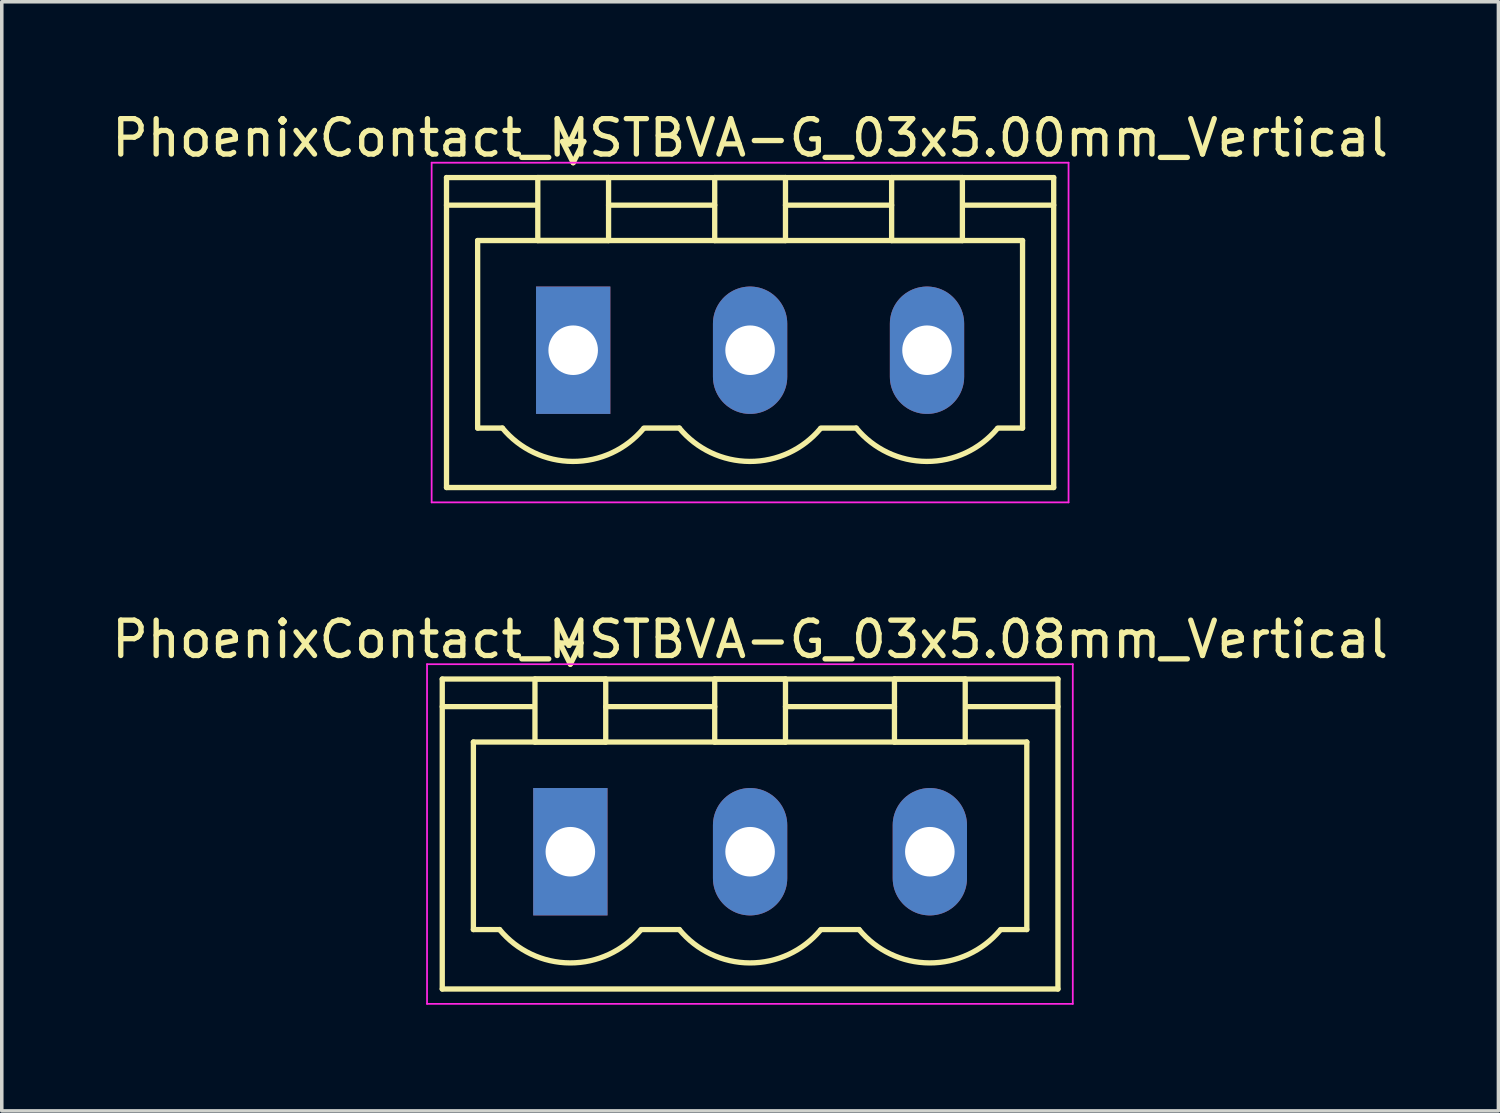
<source format=kicad_pcb>
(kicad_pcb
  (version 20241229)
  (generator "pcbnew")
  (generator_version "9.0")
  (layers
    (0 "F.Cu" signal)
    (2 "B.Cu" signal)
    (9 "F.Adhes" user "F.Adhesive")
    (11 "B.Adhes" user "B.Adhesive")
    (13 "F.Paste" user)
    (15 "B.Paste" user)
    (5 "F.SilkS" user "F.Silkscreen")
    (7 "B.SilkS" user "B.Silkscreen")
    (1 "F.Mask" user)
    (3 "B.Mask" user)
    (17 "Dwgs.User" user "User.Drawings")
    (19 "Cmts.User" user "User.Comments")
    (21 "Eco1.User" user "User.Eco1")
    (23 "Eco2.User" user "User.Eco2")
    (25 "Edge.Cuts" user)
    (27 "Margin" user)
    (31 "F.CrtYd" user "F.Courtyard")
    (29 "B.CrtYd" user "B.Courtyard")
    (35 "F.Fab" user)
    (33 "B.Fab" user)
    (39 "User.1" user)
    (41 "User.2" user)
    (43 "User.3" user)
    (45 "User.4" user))
  (footprint "PhoenixContact_MSTBVA-G_03x5.08mm_Vertical"
    (layer "F.Cu")
    (at 13.069 21.021)
    (property "Reference" "PhoenixContact_MSTBVA-G_03x5.08mm_Vertical" (at 5.08 -6 0) (layer "F.SilkS") (effects (font (size 1 1) (thickness 0.15))))
    (attr through_hole)
    (fp_line (start -3.62 -4.88) (end -3.62 3.88) (stroke (width 0.15) (type solid)) (layer "F.SilkS"))
    (fp_line (start -3.62 -4.1) (end -1.08 -4.1) (stroke (width 0.15) (type solid)) (layer "F.SilkS"))
    (fp_line (start -3.62 3.88) (end 13.78 3.88) (stroke (width 0.15) (type solid)) (layer "F.SilkS"))
    (fp_line (start -2.74 -3.1) (end 12.9 -3.1) (stroke (width 0.15) (type solid)) (layer "F.SilkS"))
    (fp_line (start -2.74 2.2) (end -2.74 -3.1) (stroke (width 0.15) (type solid)) (layer "F.SilkS"))
    (fp_line (start -2 2.2) (end -2.74 2.2) (stroke (width 0.15) (type solid)) (layer "F.SilkS"))
    (fp_line (start -1 -4.88) (end 1 -4.88) (stroke (width 0.15) (type solid)) (layer "F.SilkS"))
    (fp_line (start -1 -3.1) (end -1 -4.88) (stroke (width 0.15) (type solid)) (layer "F.SilkS"))
    (fp_line (start -0.3 -5.9) (end 0 -5.3) (stroke (width 0.15) (type solid)) (layer "F.SilkS"))
    (fp_line (start 0 -5.3) (end 0.3 -5.9) (stroke (width 0.15) (type solid)) (layer "F.SilkS"))
    (fp_line (start 0.3 -5.9) (end -0.3 -5.9) (stroke (width 0.15) (type solid)) (layer "F.SilkS"))
    (fp_line (start 1 -4.88) (end 1 -3.1) (stroke (width 0.15) (type solid)) (layer "F.SilkS"))
    (fp_line (start 1 -4.1) (end 4.08 -4.1) (stroke (width 0.15) (type solid)) (layer "F.SilkS"))
    (fp_line (start 1 -3.1) (end -1 -3.1) (stroke (width 0.15) (type solid)) (layer "F.SilkS"))
    (fp_line (start 2 2.2) (end 3.08 2.2) (stroke (width 0.15) (type solid)) (layer "F.SilkS"))
    (fp_line (start 4.08 -4.88) (end 6.08 -4.88) (stroke (width 0.15) (type solid)) (layer "F.SilkS"))
    (fp_line (start 4.08 -3.1) (end 4.08 -4.88) (stroke (width 0.15) (type solid)) (layer "F.SilkS"))
    (fp_line (start 6.08 -4.88) (end 6.08 -3.1) (stroke (width 0.15) (type solid)) (layer "F.SilkS"))
    (fp_line (start 6.08 -4.1) (end 9.16 -4.1) (stroke (width 0.15) (type solid)) (layer "F.SilkS"))
    (fp_line (start 6.08 -3.1) (end 4.08 -3.1) (stroke (width 0.15) (type solid)) (layer "F.SilkS"))
    (fp_line (start 7.08 2.2) (end 8.16 2.2) (stroke (width 0.15) (type solid)) (layer "F.SilkS"))
    (fp_line (start 9.16 -4.88) (end 11.16 -4.88) (stroke (width 0.15) (type solid)) (layer "F.SilkS"))
    (fp_line (start 9.16 -3.1) (end 9.16 -4.88) (stroke (width 0.15) (type solid)) (layer "F.SilkS"))
    (fp_line (start 11.16 -4.88) (end 11.16 -3.1) (stroke (width 0.15) (type solid)) (layer "F.SilkS"))
    (fp_line (start 11.16 -3.1) (end 9.16 -3.1) (stroke (width 0.15) (type solid)) (layer "F.SilkS"))
    (fp_line (start 12.9 -3.1) (end 12.9 2.2) (stroke (width 0.15) (type solid)) (layer "F.SilkS"))
    (fp_line (start 12.9 2.2) (end 12.16 2.2) (stroke (width 0.15) (type solid)) (layer "F.SilkS"))
    (fp_line (start 13.78 -4.88) (end -3.62 -4.88) (stroke (width 0.15) (type solid)) (layer "F.SilkS"))
    (fp_line (start 13.78 -4.1) (end 11.24 -4.1) (stroke (width 0.15) (type solid)) (layer "F.SilkS"))
    (fp_line (start 13.78 3.88) (end 13.78 -4.88) (stroke (width 0.15) (type solid)) (layer "F.SilkS"))
    (fp_arc (start 1.986842 2.215821) (mid -0.010289 3.142758) (end -2 2.2) (stroke (width 0.15) (type solid)) (layer "F.SilkS"))
    (fp_arc (start 7.066842 2.215821) (mid 5.069711 3.142758) (end 3.08 2.2) (stroke (width 0.15) (type solid)) (layer "F.SilkS"))
    (fp_arc (start 12.146842 2.215821) (mid 10.149711 3.142758) (end 8.16 2.2) (stroke (width 0.15) (type solid)) (layer "F.SilkS"))
    (fp_line (start -4.05 -5.3) (end -4.05 4.3) (stroke (width 0.05) (type solid)) (layer "F.CrtYd"))
    (fp_line (start -4.05 4.3) (end 14.2 4.3) (stroke (width 0.05) (type solid)) (layer "F.CrtYd"))
    (fp_line (start 14.2 -5.3) (end -4.05 -5.3) (stroke (width 0.05) (type solid)) (layer "F.CrtYd"))
    (fp_line (start 14.2 4.3) (end 14.2 -5.3) (stroke (width 0.05) (type solid)) (layer "F.CrtYd"))
    (pad "1" thru_hole rect (at 0 0) (size 2.1 3.6) (drill 1.4) (layers "*.Cu" "*.Mask"))
    (pad "2" thru_hole oval (at 5.08 0) (size 2.1 3.6) (drill 1.4) (layers "*.Cu" "*.Mask"))
    (pad "3" thru_hole oval (at 10.16 0) (size 2.1 3.6) (drill 1.4) (layers "*.Cu" "*.Mask")))
  (footprint "PhoenixContact_MSTBVA-G_03x5.00mm_Vertical"
    (layer "F.Cu")
    (at 13.149 6.848)
    (property "Reference" "PhoenixContact_MSTBVA-G_03x5.00mm_Vertical" (at 5 -6 0) (layer "F.SilkS") (effects (font (size 1 1) (thickness 0.15))))
    (attr through_hole)
    (fp_line (start -3.58 -4.88) (end -3.58 3.88) (stroke (width 0.15) (type solid)) (layer "F.SilkS"))
    (fp_line (start -3.58 -4.1) (end -1.08 -4.1) (stroke (width 0.15) (type solid)) (layer "F.SilkS"))
    (fp_line (start -3.58 3.88) (end 13.58 3.88) (stroke (width 0.15) (type solid)) (layer "F.SilkS"))
    (fp_line (start -2.7 -3.1) (end 12.7 -3.1) (stroke (width 0.15) (type solid)) (layer "F.SilkS"))
    (fp_line (start -2.7 2.2) (end -2.7 -3.1) (stroke (width 0.15) (type solid)) (layer "F.SilkS"))
    (fp_line (start -2 2.2) (end -2.7 2.2) (stroke (width 0.15) (type solid)) (layer "F.SilkS"))
    (fp_line (start -1 -4.88) (end 1 -4.88) (stroke (width 0.15) (type solid)) (layer "F.SilkS"))
    (fp_line (start -1 -3.1) (end -1 -4.88) (stroke (width 0.15) (type solid)) (layer "F.SilkS"))
    (fp_line (start -0.3 -5.9) (end 0 -5.3) (stroke (width 0.15) (type solid)) (layer "F.SilkS"))
    (fp_line (start 0 -5.3) (end 0.3 -5.9) (stroke (width 0.15) (type solid)) (layer "F.SilkS"))
    (fp_line (start 0.3 -5.9) (end -0.3 -5.9) (stroke (width 0.15) (type solid)) (layer "F.SilkS"))
    (fp_line (start 1 -4.88) (end 1 -3.1) (stroke (width 0.15) (type solid)) (layer "F.SilkS"))
    (fp_line (start 1 -4.1) (end 4 -4.1) (stroke (width 0.15) (type solid)) (layer "F.SilkS"))
    (fp_line (start 1 -3.1) (end -1 -3.1) (stroke (width 0.15) (type solid)) (layer "F.SilkS"))
    (fp_line (start 2 2.2) (end 3 2.2) (stroke (width 0.15) (type solid)) (layer "F.SilkS"))
    (fp_line (start 4 -4.88) (end 6 -4.88) (stroke (width 0.15) (type solid)) (layer "F.SilkS"))
    (fp_line (start 4 -3.1) (end 4 -4.88) (stroke (width 0.15) (type solid)) (layer "F.SilkS"))
    (fp_line (start 6 -4.88) (end 6 -3.1) (stroke (width 0.15) (type solid)) (layer "F.SilkS"))
    (fp_line (start 6 -4.1) (end 9 -4.1) (stroke (width 0.15) (type solid)) (layer "F.SilkS"))
    (fp_line (start 6 -3.1) (end 4 -3.1) (stroke (width 0.15) (type solid)) (layer "F.SilkS"))
    (fp_line (start 7 2.2) (end 8 2.2) (stroke (width 0.15) (type solid)) (layer "F.SilkS"))
    (fp_line (start 9 -4.88) (end 11 -4.88) (stroke (width 0.15) (type solid)) (layer "F.SilkS"))
    (fp_line (start 9 -3.1) (end 9 -4.88) (stroke (width 0.15) (type solid)) (layer "F.SilkS"))
    (fp_line (start 11 -4.88) (end 11 -3.1) (stroke (width 0.15) (type solid)) (layer "F.SilkS"))
    (fp_line (start 11 -3.1) (end 9 -3.1) (stroke (width 0.15) (type solid)) (layer "F.SilkS"))
    (fp_line (start 12.7 -3.1) (end 12.7 2.2) (stroke (width 0.15) (type solid)) (layer "F.SilkS"))
    (fp_line (start 12.7 2.2) (end 12 2.2) (stroke (width 0.15) (type solid)) (layer "F.SilkS"))
    (fp_line (start 13.58 -4.88) (end -3.58 -4.88) (stroke (width 0.15) (type solid)) (layer "F.SilkS"))
    (fp_line (start 13.58 -4.1) (end 11.08 -4.1) (stroke (width 0.15) (type solid)) (layer "F.SilkS"))
    (fp_line (start 13.58 3.88) (end 13.58 -4.88) (stroke (width 0.15) (type solid)) (layer "F.SilkS"))
    (fp_arc (start 1.986842 2.215821) (mid -0.010289 3.142758) (end -2 2.2) (stroke (width 0.15) (type solid)) (layer "F.SilkS"))
    (fp_arc (start 6.986842 2.215821) (mid 4.989711 3.142758) (end 3 2.2) (stroke (width 0.15) (type solid)) (layer "F.SilkS"))
    (fp_arc (start 11.986842 2.215821) (mid 9.989711 3.142758) (end 8 2.2) (stroke (width 0.15) (type solid)) (layer "F.SilkS"))
    (fp_line (start -4 -5.3) (end -4 4.3) (stroke (width 0.05) (type solid)) (layer "F.CrtYd"))
    (fp_line (start -4 4.3) (end 14 4.3) (stroke (width 0.05) (type solid)) (layer "F.CrtYd"))
    (fp_line (start 14 -5.3) (end -4 -5.3) (stroke (width 0.05) (type solid)) (layer "F.CrtYd"))
    (fp_line (start 14 4.3) (end 14 -5.3) (stroke (width 0.05) (type solid)) (layer "F.CrtYd"))
    (pad "1" thru_hole rect (at 0 0) (size 2.1 3.6) (drill 1.4) (layers "*.Cu" "*.Mask"))
    (pad "2" thru_hole oval (at 5 0) (size 2.1 3.6) (drill 1.4) (layers "*.Cu" "*.Mask"))
    (pad "3" thru_hole oval (at 10 0) (size 2.1 3.6) (drill 1.4) (layers "*.Cu" "*.Mask")))
  (gr_rect
    (start -3 -3)
    (end 39.298 28.346)
    (stroke (width 0.1) (type default))
    (fill no)
    (layer "Edge.Cuts")))
</source>
